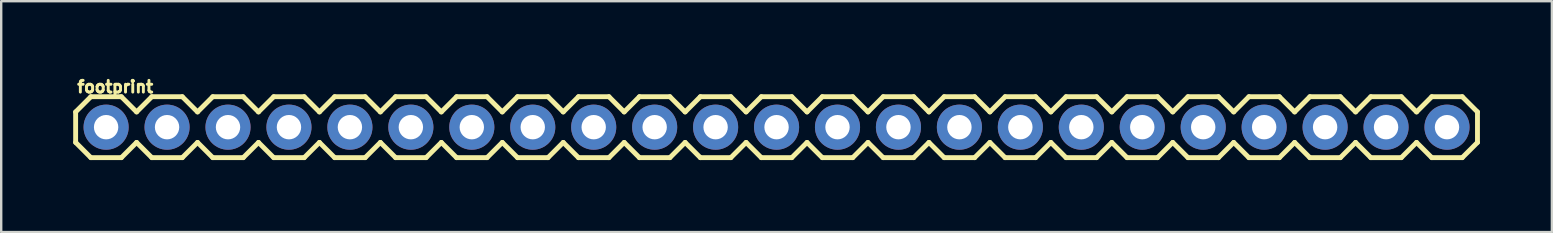
<source format=kicad_pcb>
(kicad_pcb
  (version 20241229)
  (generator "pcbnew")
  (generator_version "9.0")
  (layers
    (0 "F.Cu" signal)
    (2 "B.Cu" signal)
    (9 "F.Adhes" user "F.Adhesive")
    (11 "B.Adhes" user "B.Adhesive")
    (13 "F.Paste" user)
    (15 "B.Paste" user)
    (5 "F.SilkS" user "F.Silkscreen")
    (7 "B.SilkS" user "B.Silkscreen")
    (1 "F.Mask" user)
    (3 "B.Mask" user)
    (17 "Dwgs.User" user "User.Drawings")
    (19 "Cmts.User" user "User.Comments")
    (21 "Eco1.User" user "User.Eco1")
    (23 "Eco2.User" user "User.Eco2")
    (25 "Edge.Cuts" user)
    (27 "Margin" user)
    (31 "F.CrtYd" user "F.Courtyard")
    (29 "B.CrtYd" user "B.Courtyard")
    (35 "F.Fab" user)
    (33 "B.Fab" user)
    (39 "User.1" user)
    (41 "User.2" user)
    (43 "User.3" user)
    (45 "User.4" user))
  (footprint "footprint"
    (layer "F.Cu")
    (at 28.042 2.25)
    (property "Reference" "footprint" (at -27.94 -1.397 0) (layer "F.SilkS") (effects (font (size 0.488 0.488) (thickness 0.122)) (justify left bottom)))
    (fp_line (start -27.94 -0.635) (end -27.94 0.635) (stroke (width 0.203) (type solid)) (layer "F.SilkS"))
    (fp_line (start -27.94 -0.635) (end -27.305 -1.27) (stroke (width 0.203) (type solid)) (layer "F.SilkS"))
    (fp_line (start -27.305 -1.27) (end -26.035 -1.27) (stroke (width 0.203) (type solid)) (layer "F.SilkS"))
    (fp_line (start -27.305 1.27) (end -27.94 0.635) (stroke (width 0.203) (type solid)) (layer "F.SilkS"))
    (fp_line (start -26.035 -1.27) (end -25.4 -0.635) (stroke (width 0.203) (type solid)) (layer "F.SilkS"))
    (fp_line (start -26.035 1.27) (end -27.305 1.27) (stroke (width 0.203) (type solid)) (layer "F.SilkS"))
    (fp_line (start -25.4 -0.635) (end -24.765 -1.27) (stroke (width 0.203) (type solid)) (layer "F.SilkS"))
    (fp_line (start -25.4 0.635) (end -26.035 1.27) (stroke (width 0.203) (type solid)) (layer "F.SilkS"))
    (fp_line (start -24.765 -1.27) (end -23.495 -1.27) (stroke (width 0.203) (type solid)) (layer "F.SilkS"))
    (fp_line (start -24.765 1.27) (end -25.4 0.635) (stroke (width 0.203) (type solid)) (layer "F.SilkS"))
    (fp_line (start -23.495 -1.27) (end -22.86 -0.635) (stroke (width 0.203) (type solid)) (layer "F.SilkS"))
    (fp_line (start -23.495 1.27) (end -24.765 1.27) (stroke (width 0.203) (type solid)) (layer "F.SilkS"))
    (fp_line (start -22.86 0.635) (end -23.495 1.27) (stroke (width 0.203) (type solid)) (layer "F.SilkS"))
    (fp_line (start -22.86 0.635) (end -22.225 1.27) (stroke (width 0.203) (type solid)) (layer "F.SilkS"))
    (fp_line (start -22.225 -1.27) (end -22.86 -0.635) (stroke (width 0.203) (type solid)) (layer "F.SilkS"))
    (fp_line (start -22.225 -1.27) (end -20.955 -1.27) (stroke (width 0.203) (type solid)) (layer "F.SilkS"))
    (fp_line (start -20.955 -1.27) (end -20.32 -0.635) (stroke (width 0.203) (type solid)) (layer "F.SilkS"))
    (fp_line (start -20.955 1.27) (end -22.225 1.27) (stroke (width 0.203) (type solid)) (layer "F.SilkS"))
    (fp_line (start -20.32 -0.635) (end -19.685 -1.27) (stroke (width 0.203) (type solid)) (layer "F.SilkS"))
    (fp_line (start -20.32 0.635) (end -20.955 1.27) (stroke (width 0.203) (type solid)) (layer "F.SilkS"))
    (fp_line (start -19.685 -1.27) (end -18.415 -1.27) (stroke (width 0.203) (type solid)) (layer "F.SilkS"))
    (fp_line (start -19.685 1.27) (end -20.32 0.635) (stroke (width 0.203) (type solid)) (layer "F.SilkS"))
    (fp_line (start -18.415 -1.27) (end -17.78 -0.635) (stroke (width 0.203) (type solid)) (layer "F.SilkS"))
    (fp_line (start -18.415 1.27) (end -19.685 1.27) (stroke (width 0.203) (type solid)) (layer "F.SilkS"))
    (fp_line (start -17.78 -0.635) (end -17.145 -1.27) (stroke (width 0.203) (type solid)) (layer "F.SilkS"))
    (fp_line (start -17.78 0.635) (end -18.415 1.27) (stroke (width 0.203) (type solid)) (layer "F.SilkS"))
    (fp_line (start -17.145 -1.27) (end -15.875 -1.27) (stroke (width 0.203) (type solid)) (layer "F.SilkS"))
    (fp_line (start -17.145 1.27) (end -17.78 0.635) (stroke (width 0.203) (type solid)) (layer "F.SilkS"))
    (fp_line (start -15.875 -1.27) (end -15.24 -0.635) (stroke (width 0.203) (type solid)) (layer "F.SilkS"))
    (fp_line (start -15.875 1.27) (end -17.145 1.27) (stroke (width 0.203) (type solid)) (layer "F.SilkS"))
    (fp_line (start -15.24 0.635) (end -15.875 1.27) (stroke (width 0.203) (type solid)) (layer "F.SilkS"))
    (fp_line (start -15.24 0.635) (end -14.605 1.27) (stroke (width 0.203) (type solid)) (layer "F.SilkS"))
    (fp_line (start -14.605 -1.27) (end -15.24 -0.635) (stroke (width 0.203) (type solid)) (layer "F.SilkS"))
    (fp_line (start -14.605 -1.27) (end -13.335 -1.27) (stroke (width 0.203) (type solid)) (layer "F.SilkS"))
    (fp_line (start -13.335 -1.27) (end -12.7 -0.635) (stroke (width 0.203) (type solid)) (layer "F.SilkS"))
    (fp_line (start -13.335 1.27) (end -14.605 1.27) (stroke (width 0.203) (type solid)) (layer "F.SilkS"))
    (fp_line (start -12.7 0.635) (end -13.335 1.27) (stroke (width 0.203) (type solid)) (layer "F.SilkS"))
    (fp_line (start -12.7 0.635) (end -12.065 1.27) (stroke (width 0.203) (type solid)) (layer "F.SilkS"))
    (fp_line (start -12.065 -1.27) (end -12.7 -0.635) (stroke (width 0.203) (type solid)) (layer "F.SilkS"))
    (fp_line (start -12.065 -1.27) (end -10.795 -1.27) (stroke (width 0.203) (type solid)) (layer "F.SilkS"))
    (fp_line (start -10.795 -1.27) (end -10.16 -0.635) (stroke (width 0.203) (type solid)) (layer "F.SilkS"))
    (fp_line (start -10.795 1.27) (end -12.065 1.27) (stroke (width 0.203) (type solid)) (layer "F.SilkS"))
    (fp_line (start -10.16 -0.635) (end -9.525 -1.27) (stroke (width 0.203) (type solid)) (layer "F.SilkS"))
    (fp_line (start -10.16 0.635) (end -10.795 1.27) (stroke (width 0.203) (type solid)) (layer "F.SilkS"))
    (fp_line (start -9.525 -1.27) (end -8.255 -1.27) (stroke (width 0.203) (type solid)) (layer "F.SilkS"))
    (fp_line (start -9.525 1.27) (end -10.16 0.635) (stroke (width 0.203) (type solid)) (layer "F.SilkS"))
    (fp_line (start -8.255 -1.27) (end -7.62 -0.635) (stroke (width 0.203) (type solid)) (layer "F.SilkS"))
    (fp_line (start -8.255 1.27) (end -9.525 1.27) (stroke (width 0.203) (type solid)) (layer "F.SilkS"))
    (fp_line (start -7.62 -0.635) (end -6.985 -1.27) (stroke (width 0.203) (type solid)) (layer "F.SilkS"))
    (fp_line (start -7.62 0.635) (end -8.255 1.27) (stroke (width 0.203) (type solid)) (layer "F.SilkS"))
    (fp_line (start -6.985 -1.27) (end -5.715 -1.27) (stroke (width 0.203) (type solid)) (layer "F.SilkS"))
    (fp_line (start -6.985 1.27) (end -7.62 0.635) (stroke (width 0.203) (type solid)) (layer "F.SilkS"))
    (fp_line (start -5.715 -1.27) (end -5.08 -0.635) (stroke (width 0.203) (type solid)) (layer "F.SilkS"))
    (fp_line (start -5.715 1.27) (end -6.985 1.27) (stroke (width 0.203) (type solid)) (layer "F.SilkS"))
    (fp_line (start -5.08 0.635) (end -5.715 1.27) (stroke (width 0.203) (type solid)) (layer "F.SilkS"))
    (fp_line (start -5.08 0.635) (end -4.445 1.27) (stroke (width 0.203) (type solid)) (layer "F.SilkS"))
    (fp_line (start -4.445 -1.27) (end -5.08 -0.635) (stroke (width 0.203) (type solid)) (layer "F.SilkS"))
    (fp_line (start -4.445 -1.27) (end -3.175 -1.27) (stroke (width 0.203) (type solid)) (layer "F.SilkS"))
    (fp_line (start -3.175 -1.27) (end -2.54 -0.635) (stroke (width 0.203) (type solid)) (layer "F.SilkS"))
    (fp_line (start -3.175 1.27) (end -4.445 1.27) (stroke (width 0.203) (type solid)) (layer "F.SilkS"))
    (fp_line (start -2.54 -0.635) (end -1.905 -1.27) (stroke (width 0.203) (type solid)) (layer "F.SilkS"))
    (fp_line (start -2.54 0.635) (end -3.175 1.27) (stroke (width 0.203) (type solid)) (layer "F.SilkS"))
    (fp_line (start -1.905 -1.27) (end -0.635 -1.27) (stroke (width 0.203) (type solid)) (layer "F.SilkS"))
    (fp_line (start -1.905 1.27) (end -2.54 0.635) (stroke (width 0.203) (type solid)) (layer "F.SilkS"))
    (fp_line (start -0.635 -1.27) (end 0 -0.635) (stroke (width 0.203) (type solid)) (layer "F.SilkS"))
    (fp_line (start -0.635 1.27) (end -1.905 1.27) (stroke (width 0.203) (type solid)) (layer "F.SilkS"))
    (fp_line (start 0 -0.635) (end 0.635 -1.27) (stroke (width 0.203) (type solid)) (layer "F.SilkS"))
    (fp_line (start 0 0.635) (end -0.635 1.27) (stroke (width 0.203) (type solid)) (layer "F.SilkS"))
    (fp_line (start 0.635 -1.27) (end 1.905 -1.27) (stroke (width 0.203) (type solid)) (layer "F.SilkS"))
    (fp_line (start 0.635 1.27) (end 0 0.635) (stroke (width 0.203) (type solid)) (layer "F.SilkS"))
    (fp_line (start 1.905 -1.27) (end 2.54 -0.635) (stroke (width 0.203) (type solid)) (layer "F.SilkS"))
    (fp_line (start 1.905 1.27) (end 0.635 1.27) (stroke (width 0.203) (type solid)) (layer "F.SilkS"))
    (fp_line (start 2.54 0.635) (end 1.905 1.27) (stroke (width 0.203) (type solid)) (layer "F.SilkS"))
    (fp_line (start 2.54 0.635) (end 3.175 1.27) (stroke (width 0.203) (type solid)) (layer "F.SilkS"))
    (fp_line (start 3.175 -1.27) (end 2.54 -0.635) (stroke (width 0.203) (type solid)) (layer "F.SilkS"))
    (fp_line (start 3.175 -1.27) (end 4.445 -1.27) (stroke (width 0.203) (type solid)) (layer "F.SilkS"))
    (fp_line (start 4.445 -1.27) (end 5.08 -0.635) (stroke (width 0.203) (type solid)) (layer "F.SilkS"))
    (fp_line (start 4.445 1.27) (end 3.175 1.27) (stroke (width 0.203) (type solid)) (layer "F.SilkS"))
    (fp_line (start 5.08 0.635) (end 4.445 1.27) (stroke (width 0.203) (type solid)) (layer "F.SilkS"))
    (fp_line (start 5.08 0.635) (end 5.715 1.27) (stroke (width 0.203) (type solid)) (layer "F.SilkS"))
    (fp_line (start 5.715 -1.27) (end 5.08 -0.635) (stroke (width 0.203) (type solid)) (layer "F.SilkS"))
    (fp_line (start 5.715 -1.27) (end 6.985 -1.27) (stroke (width 0.203) (type solid)) (layer "F.SilkS"))
    (fp_line (start 6.985 -1.27) (end 7.62 -0.635) (stroke (width 0.203) (type solid)) (layer "F.SilkS"))
    (fp_line (start 6.985 1.27) (end 5.715 1.27) (stroke (width 0.203) (type solid)) (layer "F.SilkS"))
    (fp_line (start 7.62 0.635) (end 6.985 1.27) (stroke (width 0.203) (type solid)) (layer "F.SilkS"))
    (fp_line (start 7.62 0.635) (end 8.255 1.27) (stroke (width 0.203) (type solid)) (layer "F.SilkS"))
    (fp_line (start 8.255 -1.27) (end 7.62 -0.635) (stroke (width 0.203) (type solid)) (layer "F.SilkS"))
    (fp_line (start 8.255 -1.27) (end 9.525 -1.27) (stroke (width 0.203) (type solid)) (layer "F.SilkS"))
    (fp_line (start 9.525 -1.27) (end 10.16 -0.635) (stroke (width 0.203) (type solid)) (layer "F.SilkS"))
    (fp_line (start 9.525 1.27) (end 8.255 1.27) (stroke (width 0.203) (type solid)) (layer "F.SilkS"))
    (fp_line (start 10.16 0.635) (end 9.525 1.27) (stroke (width 0.203) (type solid)) (layer "F.SilkS"))
    (fp_line (start 10.16 0.635) (end 10.795 1.27) (stroke (width 0.203) (type solid)) (layer "F.SilkS"))
    (fp_line (start 10.795 -1.27) (end 10.16 -0.635) (stroke (width 0.203) (type solid)) (layer "F.SilkS"))
    (fp_line (start 10.795 -1.27) (end 12.065 -1.27) (stroke (width 0.203) (type solid)) (layer "F.SilkS"))
    (fp_line (start 12.065 -1.27) (end 12.7 -0.635) (stroke (width 0.203) (type solid)) (layer "F.SilkS"))
    (fp_line (start 12.065 1.27) (end 10.795 1.27) (stroke (width 0.203) (type solid)) (layer "F.SilkS"))
    (fp_line (start 12.7 0.635) (end 12.065 1.27) (stroke (width 0.203) (type solid)) (layer "F.SilkS"))
    (fp_line (start 12.7 0.635) (end 13.335 1.27) (stroke (width 0.203) (type solid)) (layer "F.SilkS"))
    (fp_line (start 13.335 -1.27) (end 12.7 -0.635) (stroke (width 0.203) (type solid)) (layer "F.SilkS"))
    (fp_line (start 13.335 -1.27) (end 14.605 -1.27) (stroke (width 0.203) (type solid)) (layer "F.SilkS"))
    (fp_line (start 14.605 -1.27) (end 15.24 -0.635) (stroke (width 0.203) (type solid)) (layer "F.SilkS"))
    (fp_line (start 14.605 1.27) (end 13.335 1.27) (stroke (width 0.203) (type solid)) (layer "F.SilkS"))
    (fp_line (start 15.24 0.635) (end 14.605 1.27) (stroke (width 0.203) (type solid)) (layer "F.SilkS"))
    (fp_line (start 15.24 0.635) (end 15.875 1.27) (stroke (width 0.203) (type solid)) (layer "F.SilkS"))
    (fp_line (start 15.875 -1.27) (end 15.24 -0.635) (stroke (width 0.203) (type solid)) (layer "F.SilkS"))
    (fp_line (start 15.875 -1.27) (end 17.145 -1.27) (stroke (width 0.203) (type solid)) (layer "F.SilkS"))
    (fp_line (start 17.145 -1.27) (end 17.78 -0.635) (stroke (width 0.203) (type solid)) (layer "F.SilkS"))
    (fp_line (start 17.145 1.27) (end 15.875 1.27) (stroke (width 0.203) (type solid)) (layer "F.SilkS"))
    (fp_line (start 17.78 0.635) (end 17.145 1.27) (stroke (width 0.203) (type solid)) (layer "F.SilkS"))
    (fp_line (start 17.78 0.635) (end 18.415 1.27) (stroke (width 0.203) (type solid)) (layer "F.SilkS"))
    (fp_line (start 18.415 -1.27) (end 17.78 -0.635) (stroke (width 0.203) (type solid)) (layer "F.SilkS"))
    (fp_line (start 18.415 -1.27) (end 19.685 -1.27) (stroke (width 0.203) (type solid)) (layer "F.SilkS"))
    (fp_line (start 19.685 -1.27) (end 20.32 -0.635) (stroke (width 0.203) (type solid)) (layer "F.SilkS"))
    (fp_line (start 19.685 1.27) (end 18.415 1.27) (stroke (width 0.203) (type solid)) (layer "F.SilkS"))
    (fp_line (start 20.32 0.635) (end 19.685 1.27) (stroke (width 0.203) (type solid)) (layer "F.SilkS"))
    (fp_line (start 20.32 0.635) (end 20.955 1.27) (stroke (width 0.203) (type solid)) (layer "F.SilkS"))
    (fp_line (start 20.955 -1.27) (end 20.32 -0.635) (stroke (width 0.203) (type solid)) (layer "F.SilkS"))
    (fp_line (start 20.955 -1.27) (end 22.225 -1.27) (stroke (width 0.203) (type solid)) (layer "F.SilkS"))
    (fp_line (start 22.225 -1.27) (end 22.86 -0.635) (stroke (width 0.203) (type solid)) (layer "F.SilkS"))
    (fp_line (start 22.225 1.27) (end 20.955 1.27) (stroke (width 0.203) (type solid)) (layer "F.SilkS"))
    (fp_line (start 22.86 0.635) (end 22.225 1.27) (stroke (width 0.203) (type solid)) (layer "F.SilkS"))
    (fp_line (start 22.86 0.635) (end 23.495 1.27) (stroke (width 0.203) (type solid)) (layer "F.SilkS"))
    (fp_line (start 23.495 -1.27) (end 22.86 -0.635) (stroke (width 0.203) (type solid)) (layer "F.SilkS"))
    (fp_line (start 23.495 -1.27) (end 24.765 -1.27) (stroke (width 0.203) (type solid)) (layer "F.SilkS"))
    (fp_line (start 24.765 -1.27) (end 25.4 -0.635) (stroke (width 0.203) (type solid)) (layer "F.SilkS"))
    (fp_line (start 24.765 1.27) (end 23.495 1.27) (stroke (width 0.203) (type solid)) (layer "F.SilkS"))
    (fp_line (start 25.4 0.635) (end 24.765 1.27) (stroke (width 0.203) (type solid)) (layer "F.SilkS"))
    (fp_line (start 25.4 0.635) (end 26.035 1.27) (stroke (width 0.203) (type solid)) (layer "F.SilkS"))
    (fp_line (start 26.035 -1.27) (end 25.4 -0.635) (stroke (width 0.203) (type solid)) (layer "F.SilkS"))
    (fp_line (start 26.035 -1.27) (end 27.305 -1.27) (stroke (width 0.203) (type solid)) (layer "F.SilkS"))
    (fp_line (start 27.305 -1.27) (end 27.94 -0.635) (stroke (width 0.203) (type solid)) (layer "F.SilkS"))
    (fp_line (start 27.305 1.27) (end 26.035 1.27) (stroke (width 0.203) (type solid)) (layer "F.SilkS"))
    (fp_line (start 27.94 0.635) (end 27.305 1.27) (stroke (width 0.203) (type solid)) (layer "F.SilkS"))
    (fp_line (start 27.94 0.635) (end 28.575 1.27) (stroke (width 0.203) (type solid)) (layer "F.SilkS"))
    (fp_line (start 28.575 -1.27) (end 27.94 -0.635) (stroke (width 0.203) (type solid)) (layer "F.SilkS"))
    (fp_line (start 28.575 -1.27) (end 29.845 -1.27) (stroke (width 0.203) (type solid)) (layer "F.SilkS"))
    (fp_line (start 29.845 -1.27) (end 30.48 -0.635) (stroke (width 0.203) (type solid)) (layer "F.SilkS"))
    (fp_line (start 29.845 1.27) (end 28.575 1.27) (stroke (width 0.203) (type solid)) (layer "F.SilkS"))
    (fp_line (start 30.48 -0.635) (end 30.48 0.635) (stroke (width 0.203) (type solid)) (layer "F.SilkS"))
    (fp_line (start 30.48 0.635) (end 29.845 1.27) (stroke (width 0.203) (type solid)) (layer "F.SilkS"))
    (fp_poly (pts (xy -26.924 0.254) (xy -26.416 0.254) (xy -26.416 -0.254) (xy -26.924 -0.254)) (stroke (width 0.1) (type solid)) (fill no) (layer "F.Fab"))
    (fp_poly (pts (xy -24.384 0.254) (xy -23.876 0.254) (xy -23.876 -0.254) (xy -24.384 -0.254)) (stroke (width 0.1) (type solid)) (fill no) (layer "F.Fab"))
    (fp_poly (pts (xy -21.844 0.254) (xy -21.336 0.254) (xy -21.336 -0.254) (xy -21.844 -0.254)) (stroke (width 0.1) (type solid)) (fill no) (layer "F.Fab"))
    (fp_poly (pts (xy -19.304 0.254) (xy -18.796 0.254) (xy -18.796 -0.254) (xy -19.304 -0.254)) (stroke (width 0.1) (type solid)) (fill no) (layer "F.Fab"))
    (fp_poly (pts (xy -16.764 0.254) (xy -16.256 0.254) (xy -16.256 -0.254) (xy -16.764 -0.254)) (stroke (width 0.1) (type solid)) (fill no) (layer "F.Fab"))
    (fp_poly (pts (xy -14.224 0.254) (xy -13.716 0.254) (xy -13.716 -0.254) (xy -14.224 -0.254)) (stroke (width 0.1) (type solid)) (fill no) (layer "F.Fab"))
    (fp_poly (pts (xy -11.684 0.254) (xy -11.176 0.254) (xy -11.176 -0.254) (xy -11.684 -0.254)) (stroke (width 0.1) (type solid)) (fill no) (layer "F.Fab"))
    (fp_poly (pts (xy -9.144 0.254) (xy -8.636 0.254) (xy -8.636 -0.254) (xy -9.144 -0.254)) (stroke (width 0.1) (type solid)) (fill no) (layer "F.Fab"))
    (fp_poly (pts (xy -6.604 0.254) (xy -6.096 0.254) (xy -6.096 -0.254) (xy -6.604 -0.254)) (stroke (width 0.1) (type solid)) (fill no) (layer "F.Fab"))
    (fp_poly (pts (xy -4.064 0.254) (xy -3.556 0.254) (xy -3.556 -0.254) (xy -4.064 -0.254)) (stroke (width 0.1) (type solid)) (fill no) (layer "F.Fab"))
    (fp_poly (pts (xy -1.524 0.254) (xy -1.016 0.254) (xy -1.016 -0.254) (xy -1.524 -0.254)) (stroke (width 0.1) (type solid)) (fill no) (layer "F.Fab"))
    (fp_poly (pts (xy 1.016 0.254) (xy 1.524 0.254) (xy 1.524 -0.254) (xy 1.016 -0.254)) (stroke (width 0.1) (type solid)) (fill no) (layer "F.Fab"))
    (fp_poly (pts (xy 3.556 0.254) (xy 4.064 0.254) (xy 4.064 -0.254) (xy 3.556 -0.254)) (stroke (width 0.1) (type solid)) (fill no) (layer "F.Fab"))
    (fp_poly (pts (xy 6.096 0.254) (xy 6.604 0.254) (xy 6.604 -0.254) (xy 6.096 -0.254)) (stroke (width 0.1) (type solid)) (fill no) (layer "F.Fab"))
    (fp_poly (pts (xy 8.636 0.254) (xy 9.144 0.254) (xy 9.144 -0.254) (xy 8.636 -0.254)) (stroke (width 0.1) (type solid)) (fill no) (layer "F.Fab"))
    (fp_poly (pts (xy 11.176 0.254) (xy 11.684 0.254) (xy 11.684 -0.254) (xy 11.176 -0.254)) (stroke (width 0.1) (type solid)) (fill no) (layer "F.Fab"))
    (fp_poly (pts (xy 13.716 0.254) (xy 14.224 0.254) (xy 14.224 -0.254) (xy 13.716 -0.254)) (stroke (width 0.1) (type solid)) (fill no) (layer "F.Fab"))
    (fp_poly (pts (xy 16.256 0.254) (xy 16.764 0.254) (xy 16.764 -0.254) (xy 16.256 -0.254)) (stroke (width 0.1) (type solid)) (fill no) (layer "F.Fab"))
    (fp_poly (pts (xy 18.796 0.254) (xy 19.304 0.254) (xy 19.304 -0.254) (xy 18.796 -0.254)) (stroke (width 0.1) (type solid)) (fill no) (layer "F.Fab"))
    (fp_poly (pts (xy 21.336 0.254) (xy 21.844 0.254) (xy 21.844 -0.254) (xy 21.336 -0.254)) (stroke (width 0.1) (type solid)) (fill no) (layer "F.Fab"))
    (fp_poly (pts (xy 23.876 0.254) (xy 24.384 0.254) (xy 24.384 -0.254) (xy 23.876 -0.254)) (stroke (width 0.1) (type solid)) (fill no) (layer "F.Fab"))
    (fp_poly (pts (xy 26.416 0.254) (xy 26.924 0.254) (xy 26.924 -0.254) (xy 26.416 -0.254)) (stroke (width 0.1) (type solid)) (fill no) (layer "F.Fab"))
    (fp_poly (pts (xy 28.956 0.254) (xy 29.464 0.254) (xy 29.464 -0.254) (xy 28.956 -0.254)) (stroke (width 0.1) (type solid)) (fill no) (layer "F.Fab"))
    (pad "2" thru_hole circle (at -26.67 0 90) (size 1.88 1.88) (drill 1.016) (layers "*.Cu" "*.Mask"))
    (pad "3" thru_hole circle (at -24.13 0 90) (size 1.88 1.88) (drill 1.016) (layers "*.Cu" "*.Mask"))
    (pad "4" thru_hole circle (at -21.59 0 90) (size 1.88 1.88) (drill 1.016) (layers "*.Cu" "*.Mask"))
    (pad "5" thru_hole circle (at -19.05 0 90) (size 1.88 1.88) (drill 1.016) (layers "*.Cu" "*.Mask"))
    (pad "6" thru_hole circle (at -16.51 0 90) (size 1.88 1.88) (drill 1.016) (layers "*.Cu" "*.Mask"))
    (pad "7" thru_hole circle (at -13.97 0 90) (size 1.88 1.88) (drill 1.016) (layers "*.Cu" "*.Mask"))
    (pad "8" thru_hole circle (at -11.43 0 90) (size 1.88 1.88) (drill 1.016) (layers "*.Cu" "*.Mask"))
    (pad "9" thru_hole circle (at -8.89 0 90) (size 1.88 1.88) (drill 1.016) (layers "*.Cu" "*.Mask"))
    (pad "10" thru_hole circle (at -6.35 0 90) (size 1.88 1.88) (drill 1.016) (layers "*.Cu" "*.Mask"))
    (pad "11" thru_hole circle (at -3.81 0 90) (size 1.88 1.88) (drill 1.016) (layers "*.Cu" "*.Mask"))
    (pad "12" thru_hole circle (at -1.27 0 90) (size 1.88 1.88) (drill 1.016) (layers "*.Cu" "*.Mask"))
    (pad "13" thru_hole circle (at 1.27 0 90) (size 1.88 1.88) (drill 1.016) (layers "*.Cu" "*.Mask"))
    (pad "14" thru_hole circle (at 3.81 0 90) (size 1.88 1.88) (drill 1.016) (layers "*.Cu" "*.Mask"))
    (pad "15" thru_hole circle (at 6.35 0 90) (size 1.88 1.88) (drill 1.016) (layers "*.Cu" "*.Mask"))
    (pad "16" thru_hole circle (at 8.89 0 90) (size 1.88 1.88) (drill 1.016) (layers "*.Cu" "*.Mask"))
    (pad "17" thru_hole circle (at 11.43 0 90) (size 1.88 1.88) (drill 1.016) (layers "*.Cu" "*.Mask"))
    (pad "18" thru_hole circle (at 13.97 0 90) (size 1.88 1.88) (drill 1.016) (layers "*.Cu" "*.Mask"))
    (pad "19" thru_hole circle (at 16.51 0 90) (size 1.88 1.88) (drill 1.016) (layers "*.Cu" "*.Mask"))
    (pad "20" thru_hole circle (at 19.05 0 90) (size 1.88 1.88) (drill 1.016) (layers "*.Cu" "*.Mask"))
    (pad "21" thru_hole circle (at 21.59 0 90) (size 1.88 1.88) (drill 1.016) (layers "*.Cu" "*.Mask"))
    (pad "22" thru_hole circle (at 24.13 0 90) (size 1.88 1.88) (drill 1.016) (layers "*.Cu" "*.Mask"))
    (pad "23" thru_hole circle (at 26.67 0 90) (size 1.88 1.88) (drill 1.016) (layers "*.Cu" "*.Mask"))
    (pad "24" thru_hole circle (at 29.21 0 90) (size 1.88 1.88) (drill 1.016) (layers "*.Cu" "*.Mask")))
  (gr_rect
    (start -3 -3)
    (end 61.623 6.622)
    (stroke (width 0.1) (type default))
    (fill no)
    (layer "Edge.Cuts")))
</source>
